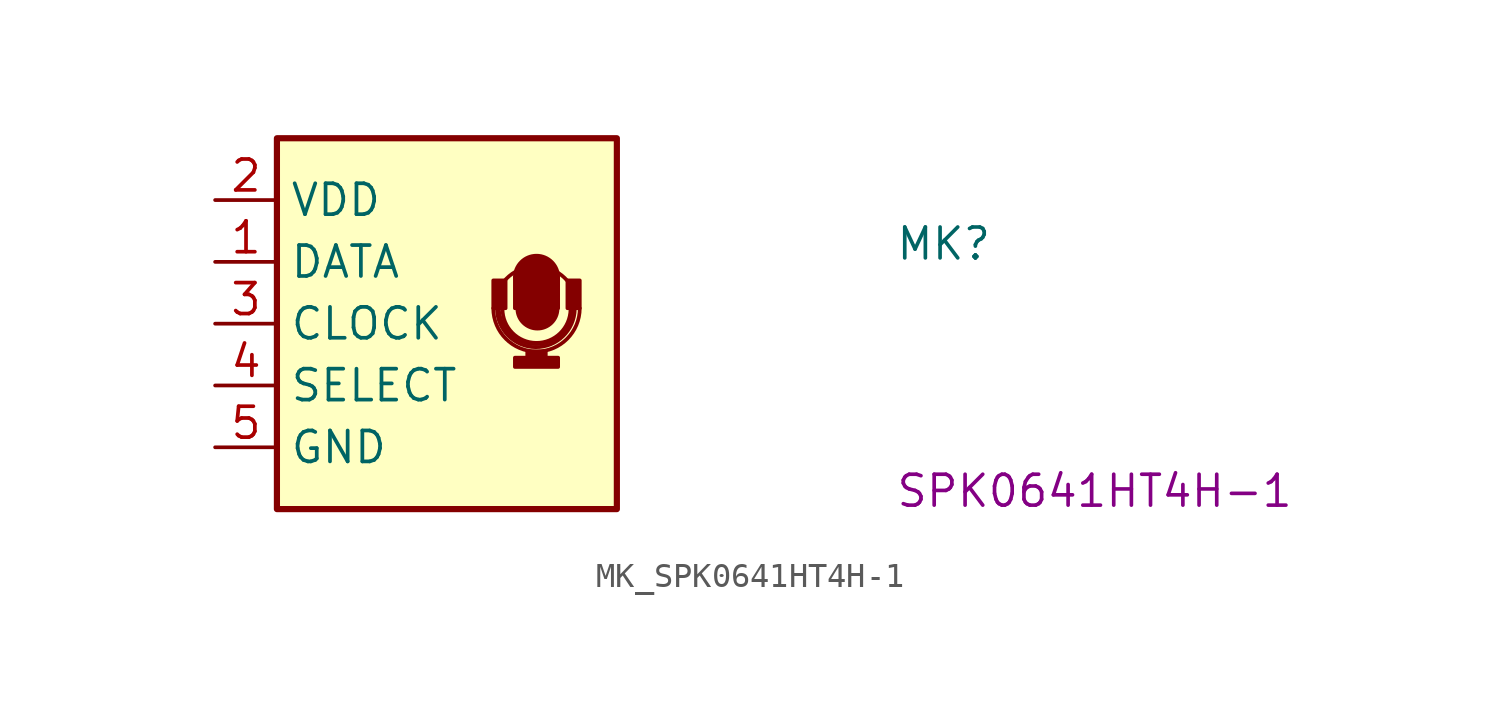
<source format=kicad_sym>
(kicad_symbol_lib
  (version 20231120)
  (generator "kicad_symbol_editor")
  (generator_version "8.0")
  (symbol "MK_SPK0641HT4H-1"
    (property "Reference" "MK"
      (at 27.94 -2.54 0)
      (effects (font (size 1.27 1.27) (thickness 0.15)) (justify left bottom)))
    (property "MPN" "SPK0641HT4H-1"
      (at 27.94 -12.7 0)
      (effects (font (size 1.27 1.27) (thickness 0.15)) (justify left bottom)))
    (symbol "MK_SPK0641HT4H-1_0_1"
      (rectangle (start 11.43 -4.445) (end 11.938 -3.302) (stroke (width 0) (type default)) (fill (type outline)))
      (arc (start 11.43 -4.445) (mid 13.208 -6.2153) (end 14.986 -4.445) (stroke (width 0) (type default)) (fill (type none)))
      (arc (start 11.5824 -4.445) (mid 13.1701 -6.0453) (end 14.7828 -4.4704) (stroke (width 0) (type default)) (fill (type none)))
      (arc (start 11.6586 -4.445) (mid 13.1826 -5.919) (end 14.7066 -4.445) (stroke (width 0) (type default)) (fill (type none)))
      (arc (start 11.811 -4.4704) (mid 13.1954 -5.8672) (end 14.605 -4.4958) (stroke (width 0) (type default)) (fill (type none)))
      (rectangle (start 12.319 -6.477) (end 14.097 -6.858) (stroke (width 0) (type default)) (fill (type outline)))
      (rectangle (start 12.319 -3.175) (end 14.097 -4.445) (stroke (width 0) (type default)) (fill (type outline)))
      (arc (start 12.4206 -4.4704) (mid 13.2461 -5.2833) (end 14.0716 -4.4704) (stroke (width 0) (type default)) (fill (type outline)))
      (rectangle (start 12.827 -6.477) (end 13.589 -6.223) (stroke (width 0) (type default)) (fill (type outline)))
      (arc (start 14.097 -3.175) (mid 13.208 -2.2898) (end 12.319 -3.175) (stroke (width 0) (type default)) (fill (type outline)))
      (arc (start 14.8844 -4.3942) (mid 13.1573 -2.7183) (end 11.4808 -4.445) (stroke (width 0) (type default)) (fill (type none)))
      (rectangle (start 14.986 -4.445) (end 14.478 -3.302) (stroke (width 0) (type default)) (fill (type outline))))
    (symbol "MK_SPK0641HT4H-1_1_1"
      (rectangle (start 2.54 2.54) (end 16.51 -12.7) (stroke (width 0.254) (type default)) (fill (type background)))
      (pin input line (at 0 -2.54 0) (length 2.54) (name "DATA" (effects (font (size 1.27 1.27)))) (number "1" (effects (font (size 1.27 1.27)))))
      (pin power_in line (at 0 0 0) (length 2.54) (name "VDD" (effects (font (size 1.27 1.27)))) (number "2" (effects (font (size 1.27 1.27)))))
      (pin input line (at 0 -5.08 0) (length 2.54) (name "CLOCK" (effects (font (size 1.27 1.27)))) (number "3" (effects (font (size 1.27 1.27)))))
      (pin input line (at 0 -7.62 0) (length 2.54) (name "SELECT" (effects (font (size 1.27 1.27)))) (number "4" (effects (font (size 1.27 1.27)))))
      (pin power_in line (at 0 -10.16 0) (length 2.54) (name "GND" (effects (font (size 1.27 1.27)))) (number "5" (effects (font (size 1.27 1.27)))))
      (pin passive line (at 0 -10.16 0) (length 2.54) hide (name "GND" (effects (font (size 1.27 1.27)))) (number "6" (effects (font (size 1.27 1.27)))))
      (pin passive line (at 0 -10.16 0) (length 2.54) hide (name "GND" (effects (font (size 1.27 1.27)))) (number "7" (effects (font (size 1.27 1.27)))))
      (pin passive line (at 0 -10.16 0) (length 2.54) hide (name "GND" (effects (font (size 1.27 1.27)))) (number "8" (effects (font (size 1.27 1.27))))))))
</source>
